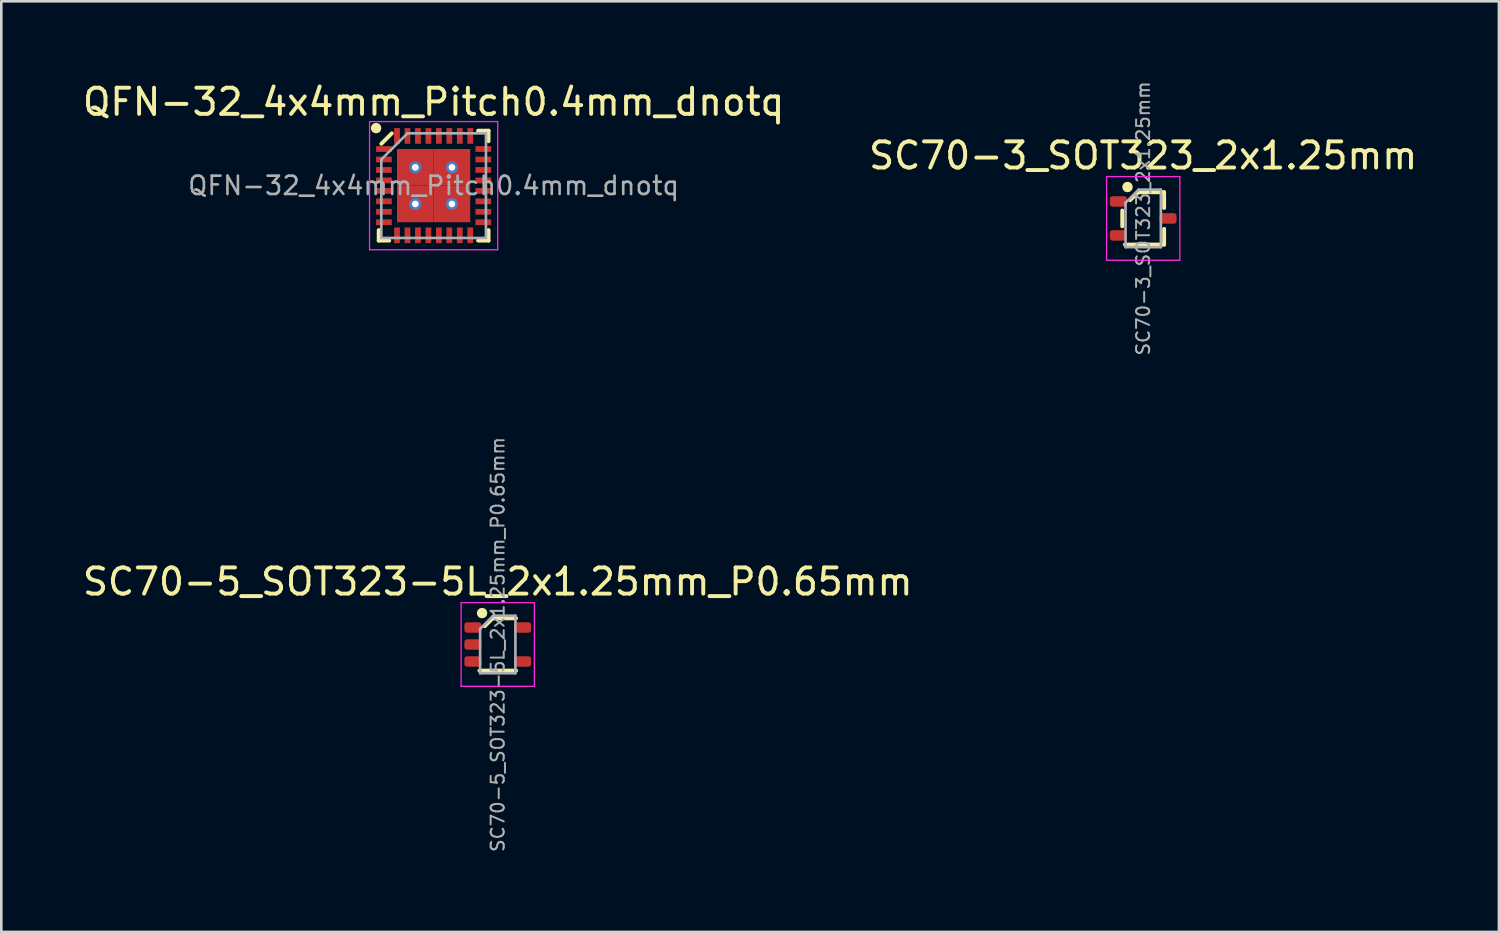
<source format=kicad_pcb>
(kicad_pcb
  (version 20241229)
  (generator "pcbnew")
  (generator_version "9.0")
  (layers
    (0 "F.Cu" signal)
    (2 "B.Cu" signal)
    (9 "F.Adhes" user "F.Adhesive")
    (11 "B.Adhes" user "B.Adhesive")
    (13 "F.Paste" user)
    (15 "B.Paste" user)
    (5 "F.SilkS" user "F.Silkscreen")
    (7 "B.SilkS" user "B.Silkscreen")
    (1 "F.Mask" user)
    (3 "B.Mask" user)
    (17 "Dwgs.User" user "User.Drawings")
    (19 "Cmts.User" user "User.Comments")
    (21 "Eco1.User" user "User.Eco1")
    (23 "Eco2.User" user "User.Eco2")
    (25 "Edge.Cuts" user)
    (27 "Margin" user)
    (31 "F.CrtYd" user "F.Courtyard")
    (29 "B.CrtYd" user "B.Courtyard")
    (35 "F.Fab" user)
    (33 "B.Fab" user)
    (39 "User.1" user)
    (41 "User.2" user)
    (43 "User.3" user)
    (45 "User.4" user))
  (footprint "QFN-32_4x4mm_Pitch0.4mm_dnotq"
    (layer "F.Cu")
    (at 13.53 4.048)
    (property "Reference" "QFN-32_4x4mm_Pitch0.4mm_dnotq" (at 0 -3.2 0) (layer "F.SilkS") (effects (font (size 1 1) (thickness 0.15))))
    (attr smd)
    (fp_line (start -2.1 2.1) (end -2.1 1.7) (stroke (width 0.15) (type solid)) (layer "F.SilkS"))
    (fp_line (start -2.1 2.1) (end -1.7 2.1) (stroke (width 0.15) (type solid)) (layer "F.SilkS"))
    (fp_line (start -1.6 -2) (end -2 -1.6) (stroke (width 0.15) (type solid)) (layer "F.SilkS"))
    (fp_line (start 2.1 -2.1) (end 1.7 -2.1) (stroke (width 0.15) (type solid)) (layer "F.SilkS"))
    (fp_line (start 2.1 -2.1) (end 2.1 -1.7) (stroke (width 0.15) (type solid)) (layer "F.SilkS"))
    (fp_line (start 2.1 2.1) (end 1.7 2.1) (stroke (width 0.15) (type solid)) (layer "F.SilkS"))
    (fp_line (start 2.1 2.1) (end 2.1 1.7) (stroke (width 0.15) (type solid)) (layer "F.SilkS"))
    (fp_circle (center -2.2 -2.2) (end -2.1 -2.2) (stroke (width 0.2) (type solid)) (fill no) (layer "F.SilkS"))
    (fp_line (start -2.45 -2.45) (end -2.45 2.45) (stroke (width 0.05) (type solid)) (layer "F.CrtYd"))
    (fp_line (start -2.45 -2.45) (end 2.45 -2.45) (stroke (width 0.05) (type solid)) (layer "F.CrtYd"))
    (fp_line (start -2.45 2.45) (end 2.45 2.45) (stroke (width 0.05) (type solid)) (layer "F.CrtYd"))
    (fp_line (start 2.45 -2.45) (end 2.45 2.45) (stroke (width 0.05) (type solid)) (layer "F.CrtYd"))
    (fp_line (start -2 -1) (end -1 -2) (stroke (width 0.1) (type solid)) (layer "F.Fab"))
    (fp_line (start -2 2) (end -2 -1) (stroke (width 0.1) (type solid)) (layer "F.Fab"))
    (fp_line (start -1 -2) (end 2 -2) (stroke (width 0.1) (type solid)) (layer "F.Fab"))
    (fp_line (start 2 -2) (end 2 2) (stroke (width 0.1) (type solid)) (layer "F.Fab"))
    (fp_line (start 2 2) (end -2 2) (stroke (width 0.1) (type solid)) (layer "F.Fab"))
    (fp_text user "${REFERENCE}" (at 0 0 0) (layer "F.Fab") (effects (font (size 0.7 0.7) (thickness 0.1))))
    (pad "0" thru_hole circle (at -0.7 -0.7) (size 0.457 0.457) (drill 0.254) (layers "*.Cu" "*.Mask"))
    (pad "0" smd rect (at -0.7 -0.7) (size 1.4 1.4) (layers "F.Cu" "F.Mask" "F.Paste"))
    (pad "0" thru_hole circle (at -0.7 0.7) (size 0.457 0.457) (drill 0.254) (layers "*.Cu" "*.Mask"))
    (pad "0" smd rect (at -0.7 0.7) (size 1.4 1.4) (layers "F.Cu" "F.Mask" "F.Paste"))
    (pad "0" thru_hole circle (at 0.7 -0.7) (size 0.457 0.457) (drill 0.254) (layers "*.Cu" "*.Mask"))
    (pad "0" smd rect (at 0.7 -0.7) (size 1.4 1.4) (layers "F.Cu" "F.Mask" "F.Paste"))
    (pad "0" thru_hole circle (at 0.7 0.7) (size 0.457 0.457) (drill 0.254) (layers "*.Cu" "*.Mask"))
    (pad "0" smd rect (at 0.7 0.7) (size 1.4 1.4) (layers "F.Cu" "F.Mask" "F.Paste"))
    (pad "1" smd rect (at -1.9 -1.4) (size 0.6 0.22) (layers "F.Cu" "F.Mask" "F.Paste"))
    (pad "2" smd rect (at -1.9 -1) (size 0.6 0.22) (layers "F.Cu" "F.Mask" "F.Paste"))
    (pad "3" smd rect (at -1.9 -0.6) (size 0.6 0.22) (layers "F.Cu" "F.Mask" "F.Paste"))
    (pad "4" smd rect (at -1.9 -0.2) (size 0.6 0.22) (layers "F.Cu" "F.Mask" "F.Paste"))
    (pad "5" smd rect (at -1.9 0.2) (size 0.6 0.22) (layers "F.Cu" "F.Mask" "F.Paste"))
    (pad "6" smd rect (at -1.9 0.6) (size 0.6 0.22) (layers "F.Cu" "F.Mask" "F.Paste"))
    (pad "7" smd rect (at -1.9 1) (size 0.6 0.22) (layers "F.Cu" "F.Mask" "F.Paste"))
    (pad "8" smd rect (at -1.9 1.4) (size 0.6 0.22) (layers "F.Cu" "F.Mask" "F.Paste"))
    (pad "9" smd rect (at -1.4 1.9 90) (size 0.6 0.22) (layers "F.Cu" "F.Mask" "F.Paste"))
    (pad "10" smd rect (at -1 1.9 90) (size 0.6 0.22) (layers "F.Cu" "F.Mask" "F.Paste"))
    (pad "11" smd rect (at -0.6 1.9 90) (size 0.6 0.22) (layers "F.Cu" "F.Mask" "F.Paste"))
    (pad "12" smd rect (at -0.2 1.9 90) (size 0.6 0.22) (layers "F.Cu" "F.Mask" "F.Paste"))
    (pad "13" smd rect (at 0.2 1.9 90) (size 0.6 0.22) (layers "F.Cu" "F.Mask" "F.Paste"))
    (pad "14" smd rect (at 0.6 1.9 90) (size 0.6 0.22) (layers "F.Cu" "F.Mask" "F.Paste"))
    (pad "15" smd rect (at 1 1.9 90) (size 0.6 0.22) (layers "F.Cu" "F.Mask" "F.Paste"))
    (pad "16" smd rect (at 1.4 1.9 90) (size 0.6 0.22) (layers "F.Cu" "F.Mask" "F.Paste"))
    (pad "17" smd rect (at 1.9 1.4) (size 0.6 0.22) (layers "F.Cu" "F.Mask" "F.Paste"))
    (pad "18" smd rect (at 1.9 1) (size 0.6 0.22) (layers "F.Cu" "F.Mask" "F.Paste"))
    (pad "19" smd rect (at 1.9 0.6) (size 0.6 0.22) (layers "F.Cu" "F.Mask" "F.Paste"))
    (pad "20" smd rect (at 1.9 0.2) (size 0.6 0.22) (layers "F.Cu" "F.Mask" "F.Paste"))
    (pad "21" smd rect (at 1.9 -0.2) (size 0.6 0.22) (layers "F.Cu" "F.Mask" "F.Paste"))
    (pad "22" smd rect (at 1.9 -0.6) (size 0.6 0.22) (layers "F.Cu" "F.Mask" "F.Paste"))
    (pad "23" smd rect (at 1.9 -1) (size 0.6 0.22) (layers "F.Cu" "F.Mask" "F.Paste"))
    (pad "24" smd rect (at 1.9 -1.4) (size 0.6 0.22) (layers "F.Cu" "F.Mask" "F.Paste"))
    (pad "25" smd rect (at 1.4 -1.9 90) (size 0.6 0.22) (layers "F.Cu" "F.Mask" "F.Paste"))
    (pad "26" smd rect (at 1 -1.9 90) (size 0.6 0.22) (layers "F.Cu" "F.Mask" "F.Paste"))
    (pad "27" smd rect (at 0.6 -1.9 90) (size 0.6 0.22) (layers "F.Cu" "F.Mask" "F.Paste"))
    (pad "28" smd rect (at 0.2 -1.9 90) (size 0.6 0.22) (layers "F.Cu" "F.Mask" "F.Paste"))
    (pad "29" smd rect (at -0.2 -1.9 90) (size 0.6 0.22) (layers "F.Cu" "F.Mask" "F.Paste"))
    (pad "30" smd rect (at -0.6 -1.9 90) (size 0.6 0.22) (layers "F.Cu" "F.Mask" "F.Paste"))
    (pad "31" smd rect (at -1 -1.9 90) (size 0.6 0.22) (layers "F.Cu" "F.Mask" "F.Paste"))
    (pad "32" smd rect (at -1.4 -1.9 90) (size 0.6 0.22) (layers "F.Cu" "F.Mask" "F.Paste")))
  (footprint "SC70-3_SOT323_2x1.25mm"
    (layer "F.Cu")
    (at 40.661 5.301)
    (property "Reference" "SC70-3_SOT323_2x1.25mm" (at 0 -2.4 0) (layer "F.SilkS") (effects (font (size 1 1) (thickness 0.15))))
    (attr smd)
    (fp_line (start -0.8 0.3) (end -0.8 -0.3) (stroke (width 0.15) (type solid)) (layer "F.SilkS"))
    (fp_line (start -0.7 1) (end 0.8 1) (stroke (width 0.15) (type solid)) (layer "F.SilkS"))
    (fp_line (start -0.2 -1) (end -0.5 -0.7) (stroke (width 0.15) (type solid)) (layer "F.SilkS"))
    (fp_line (start 0.8 -1) (end -0.2 -1) (stroke (width 0.15) (type solid)) (layer "F.SilkS"))
    (fp_line (start 0.8 -0.4) (end 0.8 -1) (stroke (width 0.15) (type solid)) (layer "F.SilkS"))
    (fp_line (start 0.8 1) (end 0.8 0.4) (stroke (width 0.15) (type solid)) (layer "F.SilkS"))
    (fp_circle (center -0.6 -1.2) (end -0.7 -1.2) (stroke (width 0.2) (type solid)) (fill no) (layer "F.SilkS"))
    (fp_line (start -1.4 -1.6) (end -1.4 1.6) (stroke (width 0.05) (type solid)) (layer "F.CrtYd"))
    (fp_line (start -1.4 -1.6) (end 1.4 -1.6) (stroke (width 0.05) (type solid)) (layer "F.CrtYd"))
    (fp_line (start -1.4 1.6) (end 1.4 1.6) (stroke (width 0.05) (type solid)) (layer "F.CrtYd"))
    (fp_line (start 1.4 1.6) (end 1.4 -1.6) (stroke (width 0.05) (type solid)) (layer "F.CrtYd"))
    (fp_line (start -0.675 -0.6) (end -0.675 1.1) (stroke (width 0.1) (type solid)) (layer "F.Fab"))
    (fp_line (start -0.175 -1.1) (end -0.675 -0.6) (stroke (width 0.1) (type solid)) (layer "F.Fab"))
    (fp_line (start 0.675 -1.1) (end -0.175 -1.1) (stroke (width 0.1) (type solid)) (layer "F.Fab"))
    (fp_line (start 0.675 -1.1) (end 0.675 1.1) (stroke (width 0.1) (type solid)) (layer "F.Fab"))
    (fp_line (start 0.675 1.1) (end -0.675 1.1) (stroke (width 0.1) (type solid)) (layer "F.Fab"))
    (fp_text user "${REFERENCE}" (at 0 0 90) (layer "F.Fab") (effects (font (size 0.5 0.5) (thickness 0.075))))
    (pad "1" smd roundrect (at -0.95 -0.65) (size 0.65 0.4) (layers "F.Cu" "F.Mask" "F.Paste") (roundrect_rratio 0.25))
    (pad "2" smd roundrect (at -0.95 0.65) (size 0.65 0.4) (layers "F.Cu" "F.Mask" "F.Paste") (roundrect_rratio 0.25))
    (pad "3" smd roundrect (at 0.95 0) (size 0.65 0.4) (layers "F.Cu" "F.Mask" "F.Paste") (roundrect_rratio 0.25)))
  (footprint "SC70-5_SOT323-5L_2x1.25mm_P0.65mm"
    (layer "F.Cu")
    (at 15.982 21.592)
    (property "Reference" "SC70-5_SOT323-5L_2x1.25mm_P0.65mm" (at 0 -2.4 0) (layer "F.SilkS") (effects (font (size 1 1) (thickness 0.15))))
    (attr smd)
    (fp_line (start -0.7 1) (end 0.7 1) (stroke (width 0.15) (type solid)) (layer "F.SilkS"))
    (fp_line (start -0.2 -1) (end -0.5 -0.7) (stroke (width 0.15) (type solid)) (layer "F.SilkS"))
    (fp_line (start 0.7 -1) (end -0.2 -1) (stroke (width 0.15) (type solid)) (layer "F.SilkS"))
    (fp_circle (center -0.6 -1.2) (end -0.7 -1.2) (stroke (width 0.2) (type solid)) (fill no) (layer "F.SilkS"))
    (fp_line (start -1.4 -1.6) (end -1.4 1.6) (stroke (width 0.05) (type solid)) (layer "F.CrtYd"))
    (fp_line (start -1.4 -1.6) (end 1.4 -1.6) (stroke (width 0.05) (type solid)) (layer "F.CrtYd"))
    (fp_line (start -1.4 1.6) (end 1.4 1.6) (stroke (width 0.05) (type solid)) (layer "F.CrtYd"))
    (fp_line (start 1.4 1.6) (end 1.4 -1.6) (stroke (width 0.05) (type solid)) (layer "F.CrtYd"))
    (fp_line (start -0.675 -0.6) (end -0.675 1.1) (stroke (width 0.1) (type solid)) (layer "F.Fab"))
    (fp_line (start -0.175 -1.1) (end -0.675 -0.6) (stroke (width 0.1) (type solid)) (layer "F.Fab"))
    (fp_line (start 0.675 -1.1) (end -0.175 -1.1) (stroke (width 0.1) (type solid)) (layer "F.Fab"))
    (fp_line (start 0.675 -1.1) (end 0.675 1.1) (stroke (width 0.1) (type solid)) (layer "F.Fab"))
    (fp_line (start 0.675 1.1) (end -0.675 1.1) (stroke (width 0.1) (type solid)) (layer "F.Fab"))
    (fp_text user "${REFERENCE}" (at 0 0 90) (layer "F.Fab") (effects (font (size 0.5 0.5) (thickness 0.075))))
    (pad "1" smd roundrect (at -0.95 -0.65) (size 0.65 0.4) (layers "F.Cu" "F.Mask" "F.Paste") (roundrect_rratio 0.25))
    (pad "2" smd roundrect (at -0.95 0) (size 0.65 0.4) (layers "F.Cu" "F.Mask" "F.Paste") (roundrect_rratio 0.25))
    (pad "3" smd roundrect (at -0.95 0.65) (size 0.65 0.4) (layers "F.Cu" "F.Mask" "F.Paste") (roundrect_rratio 0.25))
    (pad "4" smd roundrect (at 0.95 0.65) (size 0.65 0.4) (layers "F.Cu" "F.Mask" "F.Paste") (roundrect_rratio 0.25))
    (pad "5" smd roundrect (at 0.95 -0.65) (size 0.65 0.4) (layers "F.Cu" "F.Mask" "F.Paste") (roundrect_rratio 0.25)))
  (gr_rect
    (start -3 -3)
    (end 54.262 32.583)
    (stroke (width 0.1) (type default))
    (fill no)
    (layer "Edge.Cuts")))
</source>
